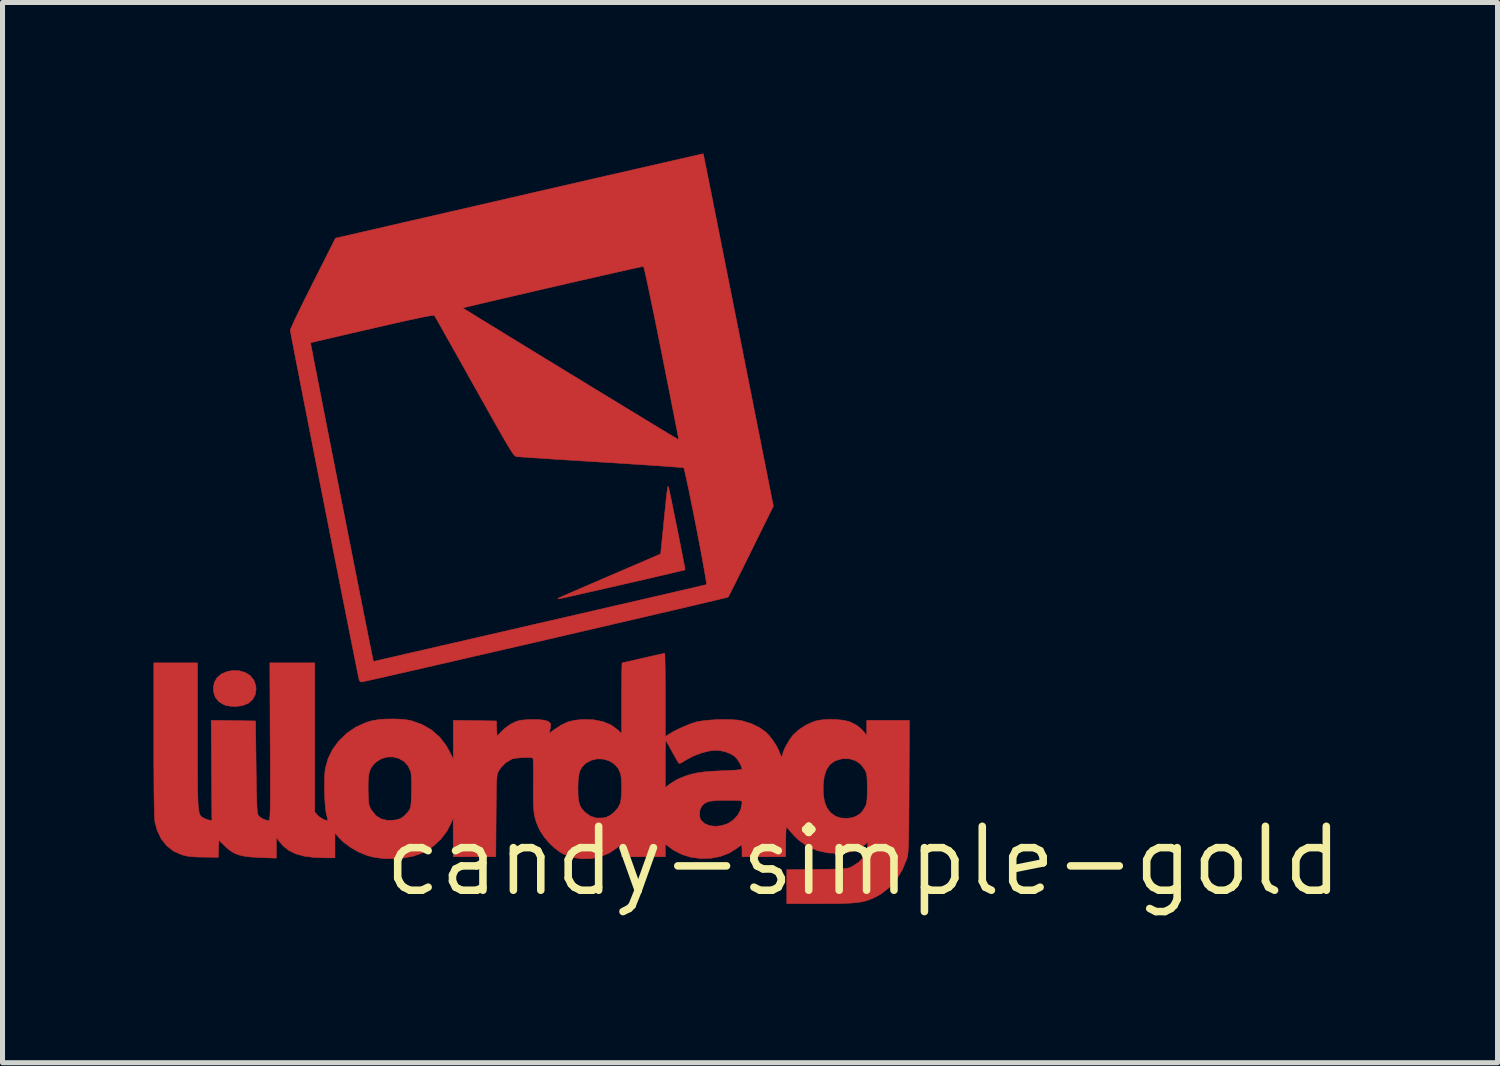
<source format=kicad_pcb>
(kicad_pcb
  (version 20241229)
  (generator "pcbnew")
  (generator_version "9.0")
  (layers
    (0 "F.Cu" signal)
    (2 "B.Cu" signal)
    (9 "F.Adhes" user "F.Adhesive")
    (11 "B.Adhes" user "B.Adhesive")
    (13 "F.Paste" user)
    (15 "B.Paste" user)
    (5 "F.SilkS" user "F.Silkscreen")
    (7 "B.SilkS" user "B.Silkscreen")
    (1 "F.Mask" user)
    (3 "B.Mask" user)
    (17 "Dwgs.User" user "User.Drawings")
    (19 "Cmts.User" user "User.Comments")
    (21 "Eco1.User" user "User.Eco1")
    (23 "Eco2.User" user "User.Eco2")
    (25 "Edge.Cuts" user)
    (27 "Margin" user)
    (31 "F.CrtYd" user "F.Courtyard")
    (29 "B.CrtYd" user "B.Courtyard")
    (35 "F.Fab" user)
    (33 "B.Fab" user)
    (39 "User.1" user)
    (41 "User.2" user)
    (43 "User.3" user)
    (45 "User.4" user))
  (footprint "candy-simple-gold"
    (layer "F.Cu")
    (at 14.102 14.053)
    (property "Reference" "candy-simple-gold" (at 0 0 0) (layer "F.SilkS") (effects (font (size 1.27 1.27) (thickness 0.15))))
    (attr through_hole)
    (fp_poly (pts (xy -12.405 -3.78) (xy -12.282 -3.746) (xy -12.183 -3.684) (xy -12.111 -3.596) (xy -12.072 -3.486) (xy -12.065 -3.412) (xy -12.084 -3.298) (xy -12.138 -3.204) (xy -12.223 -3.132) (xy -12.337 -3.087) (xy -12.475 -3.07) (xy -12.488 -3.07) (xy -12.573 -3.075) (xy -12.653 -3.089) (xy -12.699 -3.103) (xy -12.806 -3.167) (xy -12.875 -3.252) (xy -12.91 -3.36) (xy -12.915 -3.433) (xy -12.895 -3.548) (xy -12.839 -3.645) (xy -12.751 -3.718) (xy -12.634 -3.766) (xy -12.546 -3.782) (xy -12.405 -3.78)) (stroke (width 0.01) (type solid)) (fill yes) (layer "F.Cu"))
    (fp_poly (pts (xy -3.877 -7.44) (xy -3.871 -7.418) (xy -3.858 -7.36) (xy -3.839 -7.272) (xy -3.815 -7.158) (xy -3.788 -7.024) (xy -3.758 -6.876) (xy -3.726 -6.719) (xy -3.693 -6.559) (xy -3.662 -6.4) (xy -3.632 -6.248) (xy -3.604 -6.109) (xy -3.581 -5.988) (xy -3.562 -5.891) (xy -3.55 -5.822) (xy -3.544 -5.787) (xy -3.544 -5.784) (xy -3.565 -5.778) (xy -3.623 -5.764) (xy -3.714 -5.743) (xy -3.832 -5.715) (xy -3.975 -5.681) (xy -4.137 -5.644) (xy -4.315 -5.602) (xy -4.503 -5.559) (xy -4.698 -5.514) (xy -4.896 -5.469) (xy -5.091 -5.424) (xy -5.28 -5.381) (xy -5.458 -5.341) (xy -5.621 -5.304) (xy -5.764 -5.271) (xy -5.884 -5.245) (xy -5.976 -5.224) (xy -6.035 -5.212) (xy -6.057 -5.208) (xy -6.072 -5.213) (xy -6.054 -5.226) (xy -6.029 -5.238) (xy -5.968 -5.264) (xy -5.877 -5.304) (xy -5.758 -5.356) (xy -5.615 -5.418) (xy -5.452 -5.488) (xy -5.273 -5.565) (xy -5.082 -5.648) (xy -5.026 -5.672) (xy -4.03 -6.1) (xy -3.971 -6.685) (xy -3.951 -6.886) (xy -3.934 -7.049) (xy -3.921 -7.178) (xy -3.91 -7.275) (xy -3.901 -7.347) (xy -3.895 -7.395) (xy -3.889 -7.425) (xy -3.884 -7.439) (xy -3.88 -7.442) (xy -3.877 -7.44)) (stroke (width 0.01) (type solid)) (fill yes) (layer "F.Cu"))
    (fp_poly (pts (xy -3.179 -14.027) (xy -3.167 -13.967) (xy -3.147 -13.87) (xy -3.12 -13.737) (xy -3.087 -13.572) (xy -3.048 -13.375) (xy -3.003 -13.15) (xy -2.953 -12.899) (xy -2.898 -12.623) (xy -2.839 -12.325) (xy -2.776 -12.007) (xy -2.709 -11.671) (xy -2.639 -11.319) (xy -2.566 -10.953) (xy -2.491 -10.577) (xy -2.485 -10.546) (xy -1.791 -7.049) (xy -2.233 -6.154) (xy -2.322 -5.973) (xy -2.406 -5.804) (xy -2.483 -5.65) (xy -2.55 -5.515) (xy -2.606 -5.403) (xy -2.649 -5.318) (xy -2.677 -5.264) (xy -2.688 -5.244) (xy -2.71 -5.237) (xy -2.77 -5.222) (xy -2.866 -5.199) (xy -2.996 -5.168) (xy -3.157 -5.13) (xy -3.347 -5.085) (xy -3.563 -5.034) (xy -3.802 -4.978) (xy -4.062 -4.918) (xy -4.34 -4.853) (xy -4.634 -4.784) (xy -4.942 -4.713) (xy -5.26 -4.639) (xy -5.587 -4.563) (xy -5.919 -4.486) (xy -6.255 -4.408) (xy -6.59 -4.33) (xy -6.925 -4.253) (xy -7.254 -4.177) (xy -7.577 -4.103) (xy -7.889 -4.031) (xy -8.19 -3.961) (xy -8.477 -3.896) (xy -8.745 -3.834) (xy -8.995 -3.777) (xy -9.222 -3.725) (xy -9.424 -3.679) (xy -9.599 -3.639) (xy -9.744 -3.607) (xy -9.856 -3.582) (xy -9.933 -3.565) (xy -9.973 -3.557) (xy -9.978 -3.556) (xy -10.005 -3.574) (xy -10.019 -3.604) (xy -10.027 -3.642) (xy -10.043 -3.718) (xy -10.066 -3.829) (xy -10.095 -3.973) (xy -10.13 -4.147) (xy -10.17 -4.349) (xy -10.215 -4.575) (xy -10.264 -4.823) (xy -10.317 -5.091) (xy -10.374 -5.375) (xy -10.433 -5.674) (xy -10.494 -5.984) (xy -10.557 -6.303) (xy -10.621 -6.628) (xy -10.686 -6.956) (xy -10.751 -7.286) (xy -10.816 -7.614) (xy -10.88 -7.938) (xy -10.942 -8.254) (xy -11.002 -8.561) (xy -11.06 -8.856) (xy -11.115 -9.135) (xy -11.166 -9.397) (xy -11.213 -9.639) (xy -11.256 -9.858) (xy -11.293 -10.051) (xy -11.325 -10.216) (xy -11.34 -10.294) (xy -10.983 -10.294) (xy -10.98 -10.274) (xy -10.969 -10.214) (xy -10.95 -10.118) (xy -10.926 -9.99) (xy -10.895 -9.83) (xy -10.858 -9.643) (xy -10.817 -9.432) (xy -10.771 -9.197) (xy -10.722 -8.944) (xy -10.669 -8.674) (xy -10.613 -8.39) (xy -10.555 -8.095) (xy -10.495 -7.791) (xy -10.434 -7.482) (xy -10.373 -7.17) (xy -10.311 -6.858) (xy -10.25 -6.549) (xy -10.19 -6.245) (xy -10.132 -5.949) (xy -10.075 -5.664) (xy -10.022 -5.393) (xy -9.971 -5.139) (xy -9.925 -4.904) (xy -9.882 -4.691) (xy -9.844 -4.502) (xy -9.812 -4.342) (xy -9.786 -4.211) (xy -9.766 -4.114) (xy -9.755 -4.062) (xy -9.734 -3.964) (xy -9.614 -3.992) (xy -9.58 -4) (xy -9.507 -4.017) (xy -9.397 -4.042) (xy -9.253 -4.075) (xy -9.078 -4.116) (xy -8.872 -4.163) (xy -8.64 -4.216) (xy -8.383 -4.276) (xy -8.103 -4.34) (xy -7.803 -4.409) (xy -7.485 -4.483) (xy -7.151 -4.559) (xy -6.805 -4.639) (xy -6.447 -4.722) (xy -6.318 -4.751) (xy -5.959 -4.834) (xy -5.612 -4.914) (xy -5.277 -4.991) (xy -4.958 -5.065) (xy -4.657 -5.134) (xy -4.377 -5.199) (xy -4.118 -5.259) (xy -3.884 -5.313) (xy -3.677 -5.361) (xy -3.499 -5.402) (xy -3.353 -5.436) (xy -3.24 -5.463) (xy -3.163 -5.481) (xy -3.124 -5.49) (xy -3.12 -5.491) (xy -3.12 -5.513) (xy -3.127 -5.571) (xy -3.142 -5.662) (xy -3.162 -5.78) (xy -3.188 -5.922) (xy -3.217 -6.083) (xy -3.25 -6.257) (xy -3.285 -6.441) (xy -3.322 -6.631) (xy -3.359 -6.82) (xy -3.396 -7.006) (xy -3.432 -7.183) (xy -3.465 -7.347) (xy -3.496 -7.493) (xy -3.523 -7.617) (xy -3.545 -7.714) (xy -3.561 -7.78) (xy -3.571 -7.81) (xy -3.572 -7.811) (xy -3.595 -7.815) (xy -3.657 -7.82) (xy -3.755 -7.828) (xy -3.885 -7.838) (xy -4.045 -7.849) (xy -4.23 -7.862) (xy -4.438 -7.875) (xy -4.665 -7.89) (xy -4.909 -7.906) (xy -5.165 -7.922) (xy -5.207 -7.924) (xy -5.466 -7.94) (xy -5.715 -7.956) (xy -5.948 -7.97) (xy -6.164 -7.984) (xy -6.358 -7.997) (xy -6.528 -8.008) (xy -6.669 -8.017) (xy -6.778 -8.025) (xy -6.853 -8.03) (xy -6.889 -8.033) (xy -6.891 -8.034) (xy -6.904 -8.037) (xy -6.918 -8.045) (xy -6.934 -8.059) (xy -6.955 -8.083) (xy -6.98 -8.119) (xy -7.013 -8.169) (xy -7.054 -8.236) (xy -7.105 -8.322) (xy -7.168 -8.43) (xy -7.243 -8.562) (xy -7.333 -8.72) (xy -7.439 -8.908) (xy -7.562 -9.128) (xy -7.704 -9.381) (xy -7.727 -9.422) (xy -7.852 -9.645) (xy -7.971 -9.858) (xy -8.083 -10.057) (xy -8.186 -10.24) (xy -8.278 -10.403) (xy -8.357 -10.545) (xy -8.423 -10.661) (xy -8.473 -10.75) (xy -8.506 -10.807) (xy -8.52 -10.83) (xy -8.52 -10.83) (xy -8.53 -10.835) (xy -8.552 -10.837) (xy -8.59 -10.833) (xy -8.645 -10.825) (xy -8.722 -10.811) (xy -8.822 -10.79) (xy -8.949 -10.763) (xy -9.106 -10.729) (xy -9.296 -10.686) (xy -9.521 -10.635) (xy -9.758 -10.58) (xy -9.978 -10.53) (xy -10.186 -10.482) (xy -10.377 -10.437) (xy -10.549 -10.397) (xy -10.697 -10.363) (xy -10.818 -10.334) (xy -10.909 -10.313) (xy -10.965 -10.299) (xy -10.983 -10.294) (xy -11.34 -10.294) (xy -11.351 -10.351) (xy -11.37 -10.452) (xy -11.382 -10.517) (xy -11.387 -10.543) (xy -11.387 -10.543) (xy -11.377 -10.572) (xy -11.35 -10.634) (xy -11.308 -10.727) (xy -11.252 -10.845) (xy -11.184 -10.985) (xy -11.184 -10.986) (xy -7.958 -10.986) (xy -7.94 -10.974) (xy -7.889 -10.941) (xy -7.807 -10.891) (xy -7.697 -10.823) (xy -7.562 -10.739) (xy -7.404 -10.643) (xy -7.226 -10.534) (xy -7.032 -10.414) (xy -6.822 -10.286) (xy -6.601 -10.151) (xy -6.371 -10.01) (xy -6.135 -9.866) (xy -5.895 -9.719) (xy -5.654 -9.572) (xy -5.415 -9.426) (xy -5.18 -9.283) (xy -4.952 -9.145) (xy -4.735 -9.012) (xy -4.53 -8.888) (xy -4.341 -8.772) (xy -4.169 -8.668) (xy -4.018 -8.577) (xy -3.891 -8.5) (xy -3.79 -8.439) (xy -3.718 -8.396) (xy -3.677 -8.373) (xy -3.669 -8.368) (xy -3.673 -8.389) (xy -3.684 -8.448) (xy -3.702 -8.543) (xy -3.727 -8.67) (xy -3.758 -8.826) (xy -3.794 -9.008) (xy -3.834 -9.214) (xy -3.879 -9.44) (xy -3.927 -9.682) (xy -3.978 -9.939) (xy -4.008 -10.091) (xy -4.061 -10.354) (xy -4.111 -10.605) (xy -4.159 -10.841) (xy -4.204 -11.058) (xy -4.245 -11.254) (xy -4.281 -11.426) (xy -4.312 -11.569) (xy -4.337 -11.683) (xy -4.356 -11.762) (xy -4.368 -11.805) (xy -4.371 -11.812) (xy -4.396 -11.807) (xy -4.458 -11.794) (xy -4.553 -11.774) (xy -4.679 -11.746) (xy -4.831 -11.711) (xy -5.006 -11.672) (xy -5.2 -11.628) (xy -5.409 -11.58) (xy -5.631 -11.53) (xy -5.86 -11.477) (xy -6.094 -11.423) (xy -6.33 -11.369) (xy -6.563 -11.315) (xy -6.789 -11.262) (xy -7.006 -11.212) (xy -7.21 -11.165) (xy -7.396 -11.121) (xy -7.562 -11.082) (xy -7.704 -11.048) (xy -7.818 -11.021) (xy -7.9 -11.001) (xy -7.947 -10.989) (xy -7.958 -10.986) (xy -11.184 -10.986) (xy -11.107 -11.143) (xy -11.021 -11.314) (xy -10.937 -11.483) (xy -10.488 -12.372) (xy -6.837 -13.212) (xy -6.453 -13.301) (xy -6.079 -13.387) (xy -5.719 -13.469) (xy -5.374 -13.549) (xy -5.046 -13.624) (xy -4.738 -13.694) (xy -4.452 -13.76) (xy -4.189 -13.82) (xy -3.952 -13.874) (xy -3.743 -13.922) (xy -3.564 -13.963) (xy -3.417 -13.996) (xy -3.304 -14.022) (xy -3.227 -14.039) (xy -3.188 -14.047) (xy -3.183 -14.048) (xy -3.179 -14.027)) (stroke (width 0.01) (type solid)) (fill yes) (layer "F.Cu"))
    (fp_poly (pts (xy -3.947 -4.107) (xy -3.944 -4.049) (xy -3.942 -3.957) (xy -3.94 -3.837) (xy -3.939 -3.693) (xy -3.937 -3.529) (xy -3.937 -3.349) (xy -3.937 -3.3) (xy -3.937 -2.472) (xy -3.868 -2.518) (xy -3.779 -2.571) (xy -3.664 -2.629) (xy -3.539 -2.684) (xy -3.419 -2.732) (xy -3.323 -2.762) (xy -3.217 -2.783) (xy -3.084 -2.798) (xy -2.934 -2.808) (xy -2.779 -2.812) (xy -2.631 -2.809) (xy -2.502 -2.801) (xy -2.406 -2.785) (xy -2.224 -2.728) (xy -2.059 -2.646) (xy -1.943 -2.564) (xy -1.87 -2.488) (xy -1.795 -2.39) (xy -1.728 -2.286) (xy -1.68 -2.188) (xy -1.669 -2.155) (xy -1.647 -2.101) (xy -1.626 -2.076) (xy -1.612 -2.085) (xy -1.609 -2.113) (xy -1.597 -2.163) (xy -1.566 -2.236) (xy -1.522 -2.32) (xy -1.471 -2.405) (xy -1.419 -2.478) (xy -1.404 -2.497) (xy -1.289 -2.605) (xy -1.149 -2.698) (xy -0.998 -2.767) (xy -0.944 -2.784) (xy -0.828 -2.805) (xy -0.693 -2.814) (xy -0.551 -2.812) (xy -0.417 -2.799) (xy -0.302 -2.775) (xy -0.248 -2.756) (xy -0.129 -2.693) (xy -0.038 -2.618) (xy 0.014 -2.557) (xy 0.064 -2.489) (xy 0.064 -2.794) (xy 0.912 -2.794) (xy 0.905 -1.476) (xy 0.904 -1.205) (xy 0.902 -0.973) (xy 0.901 -0.776) (xy 0.899 -0.612) (xy 0.896 -0.476) (xy 0.894 -0.366) (xy 0.891 -0.278) (xy 0.887 -0.209) (xy 0.882 -0.155) (xy 0.877 -0.113) (xy 0.87 -0.08) (xy 0.863 -0.052) (xy 0.86 -0.042) (xy 0.77 0.174) (xy 0.653 0.364) (xy 0.511 0.525) (xy 0.347 0.653) (xy 0.252 0.707) (xy 0.175 0.743) (xy 0.103 0.772) (xy 0.029 0.795) (xy -0.051 0.813) (xy -0.144 0.826) (xy -0.255 0.835) (xy -0.389 0.841) (xy -0.551 0.845) (xy -0.748 0.846) (xy -0.863 0.846) (xy -1.524 0.847) (xy -1.524 0.171) (xy -0.926 0.165) (xy -0.75 0.163) (xy -0.612 0.161) (xy -0.505 0.158) (xy -0.424 0.155) (xy -0.364 0.149) (xy -0.319 0.143) (xy -0.284 0.134) (xy -0.254 0.122) (xy -0.232 0.111) (xy -0.098 0.026) (xy -0.000288 -0.08) (xy 0.06 -0.206) (xy 0.078 -0.287) (xy 0.091 -0.384) (xy 0.019 -0.319) (xy -0.099 -0.239) (xy -0.251 -0.184) (xy -0.436 -0.156) (xy -0.476 -0.154) (xy -0.703 -0.161) (xy -0.914 -0.207) (xy -1.107 -0.29) (xy -1.279 -0.409) (xy -1.369 -0.494) (xy -1.429 -0.56) (xy -1.48 -0.619) (xy -1.513 -0.66) (xy -1.517 -0.667) (xy -1.527 -0.676) (xy -1.535 -0.662) (xy -1.539 -0.621) (xy -1.542 -0.548) (xy -1.544 -0.438) (xy -1.544 -0.397) (xy -1.545 -0.085) (xy -2.413 -0.085) (xy -2.413 -0.201) (xy -2.415 -0.265) (xy -2.42 -0.307) (xy -2.425 -0.318) (xy -2.447 -0.305) (xy -2.49 -0.275) (xy -2.515 -0.255) (xy -2.669 -0.158) (xy -2.845 -0.091) (xy -3.035 -0.055) (xy -3.23 -0.05) (xy -3.424 -0.075) (xy -3.609 -0.131) (xy -3.776 -0.218) (xy -3.826 -0.254) (xy -3.937 -0.338) (xy -3.937 -0.085) (xy -4.805 -0.085) (xy -4.805 -0.342) (xy -4.894 -0.266) (xy -5.048 -0.161) (xy -5.221 -0.088) (xy -5.406 -0.049) (xy -5.595 -0.044) (xy -5.781 -0.073) (xy -5.956 -0.137) (xy -6.032 -0.18) (xy -6.138 -0.26) (xy -6.246 -0.364) (xy -6.343 -0.478) (xy -6.418 -0.591) (xy -6.434 -0.621) (xy -6.472 -0.704) (xy -6.502 -0.78) (xy -6.525 -0.856) (xy -6.541 -0.939) (xy -6.552 -1.035) (xy -6.557 -1.152) (xy -6.56 -1.296) (xy -6.559 -1.444) (xy -5.672 -1.444) (xy -5.67 -1.307) (xy -5.66 -1.202) (xy -5.64 -1.122) (xy -5.608 -1.057) (xy -5.56 -0.998) (xy -5.532 -0.97) (xy -5.423 -0.891) (xy -5.304 -0.854) (xy -5.172 -0.857) (xy -5.112 -0.87) (xy -5.026 -0.911) (xy -5.002 -0.931) (xy -3.259 -0.931) (xy -3.246 -0.848) (xy -3.227 -0.809) (xy -3.157 -0.745) (xy -3.061 -0.704) (xy -2.947 -0.69) (xy -2.824 -0.702) (xy -2.702 -0.741) (xy -2.695 -0.744) (xy -2.587 -0.815) (xy -2.499 -0.911) (xy -2.439 -1.023) (xy -2.414 -1.142) (xy -2.413 -1.159) (xy -2.414 -1.177) (xy -2.422 -1.19) (xy -2.444 -1.199) (xy -2.484 -1.204) (xy -2.551 -1.206) (xy -2.651 -1.206) (xy -2.721 -1.206) (xy -2.867 -1.205) (xy -2.979 -1.198) (xy -3.062 -1.186) (xy -3.124 -1.165) (xy -3.171 -1.135) (xy -3.21 -1.094) (xy -3.214 -1.09) (xy -3.248 -1.018) (xy -3.259 -0.931) (xy -5.002 -0.931) (xy -4.942 -0.98) (xy -4.873 -1.064) (xy -4.83 -1.149) (xy -4.829 -1.154) (xy -4.817 -1.224) (xy -4.809 -1.322) (xy -4.806 -1.435) (xy -4.807 -1.549) (xy -4.813 -1.652) (xy -4.824 -1.728) (xy -4.827 -1.74) (xy -4.877 -1.848) (xy -4.949 -1.925) (xy -3.937 -1.925) (xy -3.937 -1.459) (xy -3.87 -1.512) (xy -0.801 -1.512) (xy -0.799 -1.328) (xy -0.775 -1.178) (xy -0.728 -1.057) (xy -0.657 -0.963) (xy -0.559 -0.892) (xy -0.554 -0.889) (xy -0.457 -0.857) (xy -0.343 -0.847) (xy -0.231 -0.86) (xy -0.153 -0.887) (xy -0.076 -0.934) (xy -0.018 -0.994) (xy 0.034 -1.079) (xy 0.051 -1.118) (xy 0.062 -1.164) (xy 0.069 -1.227) (xy 0.073 -1.314) (xy 0.074 -1.436) (xy 0.074 -1.439) (xy 0.073 -1.558) (xy 0.07 -1.644) (xy 0.064 -1.706) (xy 0.053 -1.752) (xy 0.037 -1.793) (xy 0.026 -1.814) (xy -0.052 -1.92) (xy -0.155 -1.993) (xy -0.278 -2.031) (xy -0.415 -2.032) (xy -0.443 -2.028) (xy -0.566 -1.99) (xy -0.663 -1.922) (xy -0.733 -1.823) (xy -0.778 -1.692) (xy -0.8 -1.527) (xy -0.801 -1.512) (xy -3.87 -1.512) (xy -3.858 -1.522) (xy -3.792 -1.567) (xy -3.71 -1.615) (xy -3.66 -1.639) (xy -3.542 -1.688) (xy -3.423 -1.725) (xy -3.294 -1.753) (xy -3.146 -1.773) (xy -2.972 -1.786) (xy -2.81 -1.793) (xy -2.649 -1.799) (xy -2.53 -1.807) (xy -2.453 -1.815) (xy -2.417 -1.825) (xy -2.413 -1.829) (xy -2.427 -1.883) (xy -2.461 -1.952) (xy -2.507 -2.022) (xy -2.554 -2.076) (xy -2.559 -2.08) (xy -2.641 -2.13) (xy -2.746 -2.171) (xy -2.858 -2.196) (xy -2.924 -2.201) (xy -3.062 -2.187) (xy -3.217 -2.148) (xy -3.375 -2.088) (xy -3.521 -2.012) (xy -3.568 -1.982) (xy -3.619 -1.952) (xy -3.656 -1.938) (xy -3.665 -1.938) (xy -3.681 -1.96) (xy -3.712 -2.012) (xy -3.754 -2.085) (xy -3.8 -2.17) (xy -3.847 -2.256) (xy -3.887 -2.327) (xy -3.915 -2.374) (xy -3.928 -2.392) (xy -3.931 -2.372) (xy -3.933 -2.315) (xy -3.935 -2.228) (xy -3.936 -2.118) (xy -3.937 -1.988) (xy -3.937 -1.925) (xy -4.949 -1.925) (xy -4.956 -1.932) (xy -5.056 -1.992) (xy -5.17 -2.025) (xy -5.289 -2.03) (xy -5.406 -2.003) (xy -5.514 -1.944) (xy -5.543 -1.92) (xy -5.594 -1.863) (xy -5.631 -1.796) (xy -5.655 -1.712) (xy -5.668 -1.603) (xy -5.672 -1.461) (xy -5.672 -1.444) (xy -6.559 -1.444) (xy -6.559 -1.474) (xy -6.559 -1.518) (xy -6.558 -1.661) (xy -6.558 -1.79) (xy -6.559 -1.898) (xy -6.561 -1.981) (xy -6.563 -2.031) (xy -6.566 -2.043) (xy -6.597 -2.053) (xy -6.659 -2.057) (xy -6.738 -2.056) (xy -6.824 -2.051) (xy -6.905 -2.043) (xy -6.967 -2.031) (xy -6.988 -2.024) (xy -7.111 -1.95) (xy -7.21 -1.847) (xy -7.245 -1.791) (xy -7.257 -1.768) (xy -7.267 -1.743) (xy -7.275 -1.713) (xy -7.281 -1.674) (xy -7.286 -1.62) (xy -7.289 -1.547) (xy -7.292 -1.452) (xy -7.294 -1.329) (xy -7.296 -1.175) (xy -7.297 -0.984) (xy -7.298 -0.894) (xy -7.304 -0.085) (xy -8.149 -0.085) (xy -8.15 -0.471) (xy -8.151 -0.857) (xy -8.19 -0.757) (xy -8.277 -0.59) (xy -8.397 -0.434) (xy -8.544 -0.297) (xy -8.71 -0.188) (xy -8.768 -0.159) (xy -8.938 -0.099) (xy -9.134 -0.061) (xy -9.342 -0.045) (xy -9.551 -0.051) (xy -9.75 -0.081) (xy -9.873 -0.115) (xy -10.033 -0.182) (xy -10.188 -0.271) (xy -10.325 -0.373) (xy -10.413 -0.459) (xy -10.499 -0.556) (xy -10.499 -0.064) (xy -10.688 -0.064) (xy -10.918 -0.072) (xy -11.113 -0.098) (xy -11.276 -0.143) (xy -11.412 -0.209) (xy -11.523 -0.296) (xy -11.601 -0.386) (xy -11.663 -0.472) (xy -11.663 -0.058) (xy -11.975 -0.069) (xy -12.148 -0.079) (xy -12.287 -0.094) (xy -12.4 -0.119) (xy -12.494 -0.155) (xy -12.577 -0.205) (xy -12.658 -0.271) (xy -12.682 -0.295) (xy -12.804 -0.413) (xy -12.81 -0.244) (xy -12.816 -0.074) (xy -13.111 -0.078) (xy -13.244 -0.081) (xy -13.345 -0.087) (xy -13.427 -0.097) (xy -13.499 -0.113) (xy -13.552 -0.129) (xy -13.709 -0.2) (xy -13.842 -0.306) (xy -13.95 -0.442) (xy -14.029 -0.607) (xy -14.074 -0.772) (xy -14.079 -0.823) (xy -14.084 -0.917) (xy -14.088 -1.053) (xy -14.091 -1.23) (xy -14.094 -1.45) (xy -14.095 -1.71) (xy -14.097 -2.013) (xy -14.097 -2.356) (xy -14.097 -2.417) (xy -14.097 -3.937) (xy -13.229 -3.937) (xy -13.229 -2.486) (xy -13.229 -2.193) (xy -13.229 -1.938) (xy -13.228 -1.721) (xy -13.227 -1.536) (xy -13.225 -1.382) (xy -13.222 -1.255) (xy -13.218 -1.153) (xy -13.212 -1.073) (xy -13.205 -1.01) (xy -13.196 -0.964) (xy -13.185 -0.93) (xy -13.172 -0.905) (xy -13.157 -0.887) (xy -13.139 -0.873) (xy -13.12 -0.861) (xy -13.061 -0.833) (xy -13.007 -0.816) (xy -12.943 -0.803) (xy -12.957 -2.795) (xy -12.516 -2.789) (xy -12.076 -2.783) (xy -12.065 -1.873) (xy -12.062 -1.639) (xy -12.059 -1.445) (xy -12.055 -1.286) (xy -12.051 -1.16) (xy -12.047 -1.063) (xy -12.042 -0.993) (xy -12.035 -0.946) (xy -12.028 -0.918) (xy -12.026 -0.914) (xy -11.983 -0.869) (xy -11.917 -0.831) (xy -11.846 -0.807) (xy -11.817 -0.804) (xy -11.81 -0.806) (xy -11.804 -0.813) (xy -11.799 -0.827) (xy -11.794 -0.853) (xy -11.791 -0.892) (xy -11.788 -0.947) (xy -11.786 -1.021) (xy -11.784 -1.118) (xy -11.783 -1.24) (xy -11.783 -1.389) (xy -11.783 -1.569) (xy -11.783 -1.782) (xy -11.784 -2.031) (xy -11.785 -2.32) (xy -11.786 -2.371) (xy -11.792 -3.937) (xy -10.901 -3.937) (xy -10.901 -0.979) (xy -10.855 -0.921) (xy -10.806 -0.876) (xy -10.741 -0.835) (xy -10.677 -0.809) (xy -10.65 -0.804) (xy -10.644 -0.822) (xy -10.652 -0.868) (xy -10.662 -0.905) (xy -10.677 -0.975) (xy -10.69 -1.078) (xy -10.699 -1.203) (xy -10.705 -1.342) (xy -10.708 -1.484) (xy -10.708 -1.488) (xy -9.84 -1.488) (xy -9.839 -1.387) (xy -9.836 -1.272) (xy -9.831 -1.19) (xy -9.824 -1.132) (xy -9.812 -1.088) (xy -9.794 -1.048) (xy -9.768 -1.005) (xy -9.687 -0.904) (xy -9.588 -0.84) (xy -9.469 -0.81) (xy -9.375 -0.809) (xy -9.276 -0.819) (xy -9.203 -0.842) (xy -9.161 -0.866) (xy -9.098 -0.919) (xy -9.042 -0.983) (xy -9.036 -0.991) (xy -9.016 -1.023) (xy -9.002 -1.056) (xy -8.993 -1.098) (xy -8.986 -1.158) (xy -8.982 -1.243) (xy -8.979 -1.361) (xy -8.978 -1.385) (xy -8.977 -1.523) (xy -8.98 -1.641) (xy -8.986 -1.73) (xy -8.995 -1.782) (xy -9.048 -1.894) (xy -9.128 -1.98) (xy -9.228 -2.038) (xy -9.34 -2.068) (xy -9.458 -2.067) (xy -9.573 -2.035) (xy -9.679 -1.969) (xy -9.731 -1.919) (xy -9.775 -1.861) (xy -9.806 -1.796) (xy -9.827 -1.718) (xy -9.837 -1.618) (xy -9.84 -1.488) (xy -10.708 -1.488) (xy -10.706 -1.619) (xy -10.701 -1.739) (xy -10.691 -1.832) (xy -10.69 -1.837) (xy -10.636 -2.034) (xy -10.545 -2.219) (xy -10.42 -2.387) (xy -10.268 -2.534) (xy -10.092 -2.656) (xy -9.896 -2.747) (xy -9.766 -2.787) (xy -9.645 -2.808) (xy -9.498 -2.82) (xy -9.341 -2.823) (xy -9.187 -2.817) (xy -9.05 -2.802) (xy -8.975 -2.786) (xy -8.766 -2.711) (xy -8.58 -2.603) (xy -8.419 -2.462) (xy -8.289 -2.293) (xy -8.234 -2.196) (xy -8.149 -2.027) (xy -8.149 -2.795) (xy -7.292 -2.783) (xy -7.286 -2.631) (xy -7.28 -2.479) (xy -7.191 -2.575) (xy -7.122 -2.638) (xy -7.036 -2.701) (xy -6.975 -2.737) (xy -6.912 -2.767) (xy -6.855 -2.787) (xy -6.793 -2.799) (xy -6.712 -2.806) (xy -6.625 -2.81) (xy -6.464 -2.81) (xy -6.343 -2.798) (xy -6.262 -2.774) (xy -6.22 -2.737) (xy -6.213 -2.708) (xy -6.22 -2.648) (xy -6.23 -2.596) (xy -6.246 -2.535) (xy -6.142 -2.612) (xy -6.007 -2.7) (xy -5.881 -2.76) (xy -5.748 -2.795) (xy -5.592 -2.811) (xy -5.572 -2.812) (xy -5.358 -2.806) (xy -5.173 -2.769) (xy -5.014 -2.703) (xy -4.881 -2.605) (xy -4.874 -2.598) (xy -4.805 -2.532) (xy -4.805 -3.234) (xy -4.805 -3.402) (xy -4.804 -3.555) (xy -4.803 -3.689) (xy -4.801 -3.799) (xy -4.799 -3.88) (xy -4.797 -3.927) (xy -4.796 -3.937) (xy -4.773 -3.942) (xy -4.716 -3.954) (xy -4.63 -3.974) (xy -4.522 -3.998) (xy -4.398 -4.027) (xy -4.374 -4.032) (xy -4.248 -4.061) (xy -4.136 -4.087) (xy -4.045 -4.107) (xy -3.981 -4.121) (xy -3.951 -4.127) (xy -3.949 -4.128) (xy -3.947 -4.107)) (stroke (width 0.01) (type solid)) (fill yes) (layer "F.Cu"))
    (fp_poly (pts (xy -12.462 -3.785) (xy -12.318 -3.76) (xy -12.205 -3.709) (xy -12.123 -3.633) (xy -12.075 -3.533) (xy -12.062 -3.434) (xy -12.078 -3.31) (xy -12.129 -3.21) (xy -12.212 -3.136) (xy -12.326 -3.089) (xy -12.469 -3.07) (xy -12.495 -3.069) (xy -12.599 -3.076) (xy -12.683 -3.099) (xy -12.723 -3.118) (xy -12.823 -3.19) (xy -12.886 -3.279) (xy -12.911 -3.388) (xy -12.912 -3.413) (xy -12.893 -3.535) (xy -12.84 -3.637) (xy -12.756 -3.715) (xy -12.646 -3.766) (xy -12.515 -3.786) (xy -12.462 -3.785)) (stroke (width 0.01) (type solid)) (fill yes) (layer "F.Mask"))
    (fp_poly (pts (xy -3.871 -7.44) (xy -3.866 -7.429) (xy -3.859 -7.401) (xy -3.846 -7.338) (xy -3.826 -7.246) (xy -3.802 -7.128) (xy -3.775 -6.993) (xy -3.744 -6.843) (xy -3.713 -6.686) (xy -3.681 -6.526) (xy -3.65 -6.369) (xy -3.621 -6.22) (xy -3.595 -6.084) (xy -3.573 -5.968) (xy -3.555 -5.876) (xy -3.544 -5.814) (xy -3.54 -5.788) (xy -3.54 -5.787) (xy -3.562 -5.781) (xy -3.62 -5.767) (xy -3.71 -5.745) (xy -3.829 -5.717) (xy -3.972 -5.684) (xy -4.135 -5.646) (xy -4.313 -5.605) (xy -4.501 -5.561) (xy -4.697 -5.516) (xy -4.894 -5.471) (xy -5.09 -5.426) (xy -5.279 -5.382) (xy -5.457 -5.342) (xy -5.621 -5.304) (xy -5.764 -5.272) (xy -5.885 -5.245) (xy -5.977 -5.224) (xy -6.036 -5.211) (xy -6.059 -5.207) (xy -6.075 -5.213) (xy -6.073 -5.216) (xy -6.052 -5.226) (xy -5.996 -5.251) (xy -5.909 -5.289) (xy -5.793 -5.34) (xy -5.654 -5.401) (xy -5.493 -5.47) (xy -5.316 -5.547) (xy -5.125 -5.629) (xy -5.048 -5.662) (xy -4.853 -5.746) (xy -4.671 -5.825) (xy -4.504 -5.897) (xy -4.356 -5.961) (xy -4.232 -6.015) (xy -4.134 -6.057) (xy -4.066 -6.087) (xy -4.032 -6.102) (xy -4.029 -6.103) (xy -4.026 -6.124) (xy -4.02 -6.182) (xy -4.01 -6.272) (xy -3.998 -6.389) (xy -3.983 -6.528) (xy -3.967 -6.683) (xy -3.959 -6.763) (xy -3.939 -6.955) (xy -3.924 -7.11) (xy -3.911 -7.229) (xy -3.901 -7.319) (xy -3.893 -7.381) (xy -3.886 -7.42) (xy -3.881 -7.441) (xy -3.876 -7.446) (xy -3.871 -7.44)) (stroke (width 0.01) (type solid)) (fill yes) (layer "F.Mask"))
    (fp_poly (pts (xy -3.176 -14.025) (xy -3.164 -13.965) (xy -3.144 -13.867) (xy -3.117 -13.734) (xy -3.083 -13.568) (xy -3.044 -13.372) (xy -2.999 -13.147) (xy -2.948 -12.895) (xy -2.893 -12.62) (xy -2.834 -12.322) (xy -2.771 -12.004) (xy -2.704 -11.668) (xy -2.634 -11.317) (xy -2.561 -10.952) (xy -2.487 -10.576) (xy -2.486 -10.57) (xy -2.411 -10.194) (xy -2.339 -9.828) (xy -2.269 -9.476) (xy -2.202 -9.139) (xy -2.138 -8.82) (xy -2.079 -8.521) (xy -2.024 -8.244) (xy -1.973 -7.991) (xy -1.928 -7.764) (xy -1.888 -7.566) (xy -1.855 -7.398) (xy -1.828 -7.263) (xy -1.807 -7.163) (xy -1.795 -7.101) (xy -1.79 -7.078) (xy -1.79 -7.078) (xy -1.797 -7.055) (xy -1.822 -7) (xy -1.86 -6.916) (xy -1.911 -6.808) (xy -1.973 -6.679) (xy -2.042 -6.536) (xy -2.116 -6.382) (xy -2.195 -6.221) (xy -2.274 -6.059) (xy -2.353 -5.899) (xy -2.428 -5.746) (xy -2.499 -5.604) (xy -2.562 -5.479) (xy -2.615 -5.375) (xy -2.656 -5.295) (xy -2.684 -5.245) (xy -2.695 -5.228) (xy -2.716 -5.223) (xy -2.776 -5.21) (xy -2.874 -5.188) (xy -3.006 -5.157) (xy -3.171 -5.119) (xy -3.367 -5.074) (xy -3.592 -5.023) (xy -3.843 -4.965) (xy -4.119 -4.901) (xy -4.417 -4.833) (xy -4.735 -4.759) (xy -5.071 -4.682) (xy -5.423 -4.601) (xy -5.79 -4.516) (xy -6.168 -4.429) (xy -6.289 -4.401) (xy -6.671 -4.313) (xy -7.043 -4.227) (xy -7.402 -4.145) (xy -7.746 -4.065) (xy -8.073 -3.99) (xy -8.381 -3.919) (xy -8.668 -3.853) (xy -8.931 -3.793) (xy -9.168 -3.739) (xy -9.378 -3.69) (xy -9.558 -3.649) (xy -9.706 -3.616) (xy -9.819 -3.59) (xy -9.897 -3.572) (xy -9.936 -3.564) (xy -9.939 -3.563) (xy -10.004 -3.552) (xy -10.422 -5.655) (xy -10.487 -5.986) (xy -10.556 -6.333) (xy -10.627 -6.69) (xy -10.699 -7.051) (xy -10.77 -7.411) (xy -10.84 -7.763) (xy -10.908 -8.101) (xy -10.971 -8.42) (xy -11.03 -8.714) (xy -11.082 -8.977) (xy -11.118 -9.159) (xy -11.345 -10.297) (xy -10.981 -10.297) (xy -10.978 -10.276) (xy -10.967 -10.216) (xy -10.948 -10.119) (xy -10.923 -9.987) (xy -10.891 -9.822) (xy -10.853 -9.628) (xy -10.809 -9.405) (xy -10.76 -9.157) (xy -10.707 -8.885) (xy -10.649 -8.592) (xy -10.587 -8.281) (xy -10.522 -7.952) (xy -10.454 -7.61) (xy -10.384 -7.255) (xy -10.362 -7.144) (xy -10.291 -6.786) (xy -10.222 -6.439) (xy -10.156 -6.105) (xy -10.093 -5.787) (xy -10.034 -5.488) (xy -9.978 -5.209) (xy -9.928 -4.953) (xy -9.882 -4.721) (xy -9.842 -4.517) (xy -9.807 -4.342) (xy -9.779 -4.199) (xy -9.758 -4.09) (xy -9.743 -4.017) (xy -9.737 -3.983) (xy -9.737 -3.981) (xy -9.716 -3.984) (xy -9.657 -3.996) (xy -9.561 -4.017) (xy -9.43 -4.045) (xy -9.266 -4.082) (xy -9.073 -4.125) (xy -8.851 -4.175) (xy -8.603 -4.231) (xy -8.331 -4.293) (xy -8.037 -4.36) (xy -7.724 -4.431) (xy -7.394 -4.507) (xy -7.049 -4.586) (xy -6.69 -4.668) (xy -6.419 -4.731) (xy -5.986 -4.831) (xy -5.593 -4.921) (xy -5.237 -5.004) (xy -4.916 -5.078) (xy -4.63 -5.144) (xy -4.375 -5.203) (xy -4.151 -5.255) (xy -3.954 -5.302) (xy -3.784 -5.342) (xy -3.638 -5.377) (xy -3.514 -5.407) (xy -3.412 -5.433) (xy -3.328 -5.454) (xy -3.261 -5.473) (xy -3.208 -5.488) (xy -3.169 -5.5) (xy -3.142 -5.511) (xy -3.123 -5.52) (xy -3.113 -5.527) (xy -3.107 -5.534) (xy -3.106 -5.541) (xy -3.106 -5.547) (xy -3.111 -5.578) (xy -3.124 -5.645) (xy -3.143 -5.743) (xy -3.167 -5.867) (xy -3.195 -6.013) (xy -3.228 -6.177) (xy -3.263 -6.354) (xy -3.299 -6.538) (xy -3.337 -6.726) (xy -3.374 -6.913) (xy -3.411 -7.095) (xy -3.445 -7.266) (xy -3.477 -7.422) (xy -3.505 -7.559) (xy -3.528 -7.672) (xy -3.546 -7.756) (xy -3.557 -7.807) (xy -3.561 -7.821) (xy -3.582 -7.823) (xy -3.643 -7.827) (xy -3.739 -7.834) (xy -3.868 -7.843) (xy -4.027 -7.853) (xy -4.212 -7.865) (xy -4.421 -7.879) (xy -4.649 -7.894) (xy -4.894 -7.909) (xy -5.153 -7.926) (xy -5.256 -7.932) (xy -5.519 -7.949) (xy -5.77 -7.965) (xy -6.005 -7.98) (xy -6.222 -7.995) (xy -6.416 -8.008) (xy -6.586 -8.019) (xy -6.727 -8.029) (xy -6.836 -8.037) (xy -6.911 -8.043) (xy -6.948 -8.046) (xy -6.951 -8.047) (xy -6.962 -8.066) (xy -6.992 -8.119) (xy -7.04 -8.204) (xy -7.103 -8.317) (xy -7.18 -8.455) (xy -7.27 -8.616) (xy -7.371 -8.797) (xy -7.482 -8.995) (xy -7.6 -9.206) (xy -7.725 -9.429) (xy -7.737 -9.451) (xy -7.862 -9.675) (xy -7.981 -9.888) (xy -8.092 -10.087) (xy -8.194 -10.27) (xy -8.285 -10.433) (xy -8.364 -10.573) (xy -8.429 -10.689) (xy -8.478 -10.777) (xy -8.509 -10.833) (xy -8.522 -10.856) (xy -8.523 -10.856) (xy -8.543 -10.853) (xy -8.601 -10.841) (xy -8.691 -10.821) (xy -8.809 -10.795) (xy -8.951 -10.764) (xy -9.113 -10.727) (xy -9.289 -10.688) (xy -9.476 -10.646) (xy -9.669 -10.602) (xy -9.864 -10.557) (xy -10.057 -10.513) (xy -10.242 -10.471) (xy -10.417 -10.431) (xy -10.575 -10.394) (xy -10.714 -10.362) (xy -10.828 -10.335) (xy -10.914 -10.315) (xy -10.966 -10.302) (xy -10.981 -10.297) (xy -11.345 -10.297) (xy -11.398 -10.561) (xy -11.187 -10.982) (xy -7.942 -10.982) (xy -7.921 -10.968) (xy -7.867 -10.934) (xy -7.783 -10.882) (xy -7.67 -10.812) (xy -7.533 -10.728) (xy -7.373 -10.629) (xy -7.193 -10.519) (xy -6.997 -10.399) (xy -6.786 -10.27) (xy -6.564 -10.135) (xy -6.333 -9.994) (xy -6.096 -9.849) (xy -5.856 -9.703) (xy -5.615 -9.557) (xy -5.377 -9.411) (xy -5.143 -9.269) (xy -4.918 -9.132) (xy -4.702 -9.001) (xy -4.5 -8.878) (xy -4.313 -8.765) (xy -4.145 -8.664) (xy -3.998 -8.575) (xy -3.876 -8.501) (xy -3.78 -8.444) (xy -3.714 -8.404) (xy -3.68 -8.385) (xy -3.675 -8.383) (xy -3.665 -8.397) (xy -3.667 -8.408) (xy -3.673 -8.433) (xy -3.686 -8.496) (xy -3.706 -8.594) (xy -3.732 -8.724) (xy -3.764 -8.883) (xy -3.801 -9.068) (xy -3.843 -9.276) (xy -3.888 -9.503) (xy -3.936 -9.747) (xy -3.987 -10.004) (xy -4.013 -10.134) (xy -4.071 -10.425) (xy -4.125 -10.695) (xy -4.175 -10.941) (xy -4.221 -11.163) (xy -4.261 -11.356) (xy -4.296 -11.519) (xy -4.325 -11.65) (xy -4.347 -11.746) (xy -4.363 -11.805) (xy -4.371 -11.825) (xy -4.371 -11.825) (xy -4.394 -11.819) (xy -4.456 -11.805) (xy -4.553 -11.782) (xy -4.682 -11.752) (xy -4.84 -11.715) (xy -5.024 -11.672) (xy -5.232 -11.624) (xy -5.46 -11.572) (xy -5.704 -11.515) (xy -5.963 -11.456) (xy -6.175 -11.407) (xy -6.442 -11.346) (xy -6.696 -11.286) (xy -6.935 -11.23) (xy -7.156 -11.178) (xy -7.355 -11.131) (xy -7.531 -11.089) (xy -7.679 -11.052) (xy -7.797 -11.023) (xy -7.882 -11.001) (xy -7.931 -10.987) (xy -7.942 -10.982) (xy -11.187 -10.982) (xy -10.946 -11.466) (xy -10.494 -12.372) (xy -6.841 -13.213) (xy -6.456 -13.302) (xy -6.082 -13.388) (xy -5.722 -13.47) (xy -5.377 -13.55) (xy -5.049 -13.625) (xy -4.741 -13.695) (xy -4.454 -13.761) (xy -4.191 -13.821) (xy -3.953 -13.875) (xy -3.744 -13.922) (xy -3.564 -13.963) (xy -3.416 -13.996) (xy -3.303 -14.021) (xy -3.225 -14.038) (xy -3.186 -14.046) (xy -3.181 -14.047) (xy -3.176 -14.025)) (stroke (width 0.01) (type solid)) (fill yes) (layer "F.Mask"))
    (fp_poly (pts (xy -3.951 -4.107) (xy -3.948 -4.049) (xy -3.944 -3.957) (xy -3.941 -3.836) (xy -3.939 -3.69) (xy -3.938 -3.525) (xy -3.937 -3.343) (xy -3.937 -3.299) (xy -3.937 -2.471) (xy -3.889 -2.506) (xy -3.808 -2.557) (xy -3.7 -2.614) (xy -3.58 -2.669) (xy -3.463 -2.718) (xy -3.362 -2.751) (xy -3.362 -2.751) (xy -3.171 -2.792) (xy -2.962 -2.816) (xy -2.749 -2.822) (xy -2.543 -2.81) (xy -2.36 -2.781) (xy -2.324 -2.772) (xy -2.146 -2.703) (xy -1.985 -2.598) (xy -1.844 -2.46) (xy -1.728 -2.292) (xy -1.65 -2.127) (xy -1.626 -2.064) (xy -1.576 -2.196) (xy -1.495 -2.367) (xy -1.39 -2.508) (xy -1.274 -2.615) (xy -1.133 -2.708) (xy -0.977 -2.772) (xy -0.796 -2.813) (xy -0.773 -2.816) (xy -0.603 -2.825) (xy -0.436 -2.807) (xy -0.279 -2.764) (xy -0.14 -2.699) (xy -0.029 -2.615) (xy 0.016 -2.565) (xy 0.085 -2.473) (xy 0.085 -2.794) (xy 0.912 -2.794) (xy 0.906 -1.466) (xy 0.899 -0.138) (xy 0.842 0.021) (xy 0.743 0.235) (xy 0.614 0.42) (xy 0.456 0.575) (xy 0.269 0.699) (xy 0.064 0.787) (xy 0.023 0.8) (xy -0.017 0.81) (xy -0.062 0.818) (xy -0.118 0.825) (xy -0.19 0.83) (xy -0.282 0.833) (xy -0.4 0.836) (xy -0.549 0.839) (xy -0.734 0.841) (xy -0.783 0.842) (xy -0.953 0.843) (xy -1.108 0.844) (xy -1.246 0.843) (xy -1.359 0.842) (xy -1.444 0.84) (xy -1.495 0.837) (xy -1.508 0.834) (xy -1.514 0.809) (xy -1.518 0.748) (xy -1.522 0.661) (xy -1.524 0.555) (xy -1.524 0.494) (xy -1.524 0.169) (xy -0.966 0.169) (xy -0.778 0.169) (xy -0.626 0.167) (xy -0.505 0.162) (xy -0.409 0.154) (xy -0.332 0.143) (xy -0.27 0.126) (xy -0.216 0.103) (xy -0.165 0.074) (xy -0.121 0.046) (xy -0.043 -0.026) (xy 0.022 -0.118) (xy 0.068 -0.218) (xy 0.085 -0.31) (xy 0.085 -0.379) (xy 0.016 -0.316) (xy -0.095 -0.241) (xy -0.234 -0.189) (xy -0.393 -0.16) (xy -0.565 -0.154) (xy -0.742 -0.172) (xy -0.916 -0.213) (xy -1.072 -0.275) (xy -1.217 -0.364) (xy -1.352 -0.477) (xy -1.462 -0.603) (xy -1.48 -0.628) (xy -1.545 -0.727) (xy -1.545 -0.085) (xy -2.413 -0.085) (xy -2.413 -0.201) (xy -2.415 -0.265) (xy -2.419 -0.307) (xy -2.423 -0.318) (xy -2.445 -0.306) (xy -2.488 -0.275) (xy -2.529 -0.245) (xy -2.67 -0.16) (xy -2.846 -0.096) (xy -3.007 -0.06) (xy -3.187 -0.048) (xy -3.372 -0.067) (xy -3.551 -0.115) (xy -3.713 -0.189) (xy -3.849 -0.286) (xy -3.85 -0.286) (xy -3.937 -0.365) (xy -3.937 -0.085) (xy -4.805 -0.085) (xy -4.805 -0.342) (xy -4.893 -0.266) (xy -5.05 -0.159) (xy -5.225 -0.086) (xy -5.412 -0.049) (xy -5.604 -0.046) (xy -5.794 -0.081) (xy -5.974 -0.152) (xy -5.989 -0.16) (xy -6.091 -0.23) (xy -6.199 -0.328) (xy -6.302 -0.442) (xy -6.39 -0.563) (xy -6.446 -0.66) (xy -6.484 -0.747) (xy -6.513 -0.835) (xy -6.534 -0.93) (xy -6.549 -1.04) (xy -6.557 -1.17) (xy -6.559 -1.329) (xy -6.559 -1.359) (xy -5.671 -1.359) (xy -5.664 -1.246) (xy -5.647 -1.158) (xy -5.617 -1.087) (xy -5.573 -1.024) (xy -5.537 -0.985) (xy -5.428 -0.904) (xy -5.307 -0.861) (xy -5.18 -0.858) (xy -5.051 -0.896) (xy -5.006 -0.92) (xy -3.257 -0.92) (xy -3.23 -0.834) (xy -3.174 -0.763) (xy -3.128 -0.734) (xy -3.048 -0.71) (xy -2.944 -0.7) (xy -2.835 -0.706) (xy -2.749 -0.723) (xy -2.639 -0.775) (xy -2.544 -0.857) (xy -2.469 -0.959) (xy -2.424 -1.071) (xy -2.413 -1.151) (xy -2.413 -1.234) (xy -2.715 -1.223) (xy -2.865 -1.215) (xy -2.98 -1.204) (xy -3.066 -1.186) (xy -3.131 -1.161) (xy -3.18 -1.127) (xy -3.214 -1.09) (xy -3.253 -1.009) (xy -3.257 -0.92) (xy -5.006 -0.92) (xy -5.004 -0.921) (xy -4.927 -0.982) (xy -4.867 -1.069) (xy -4.86 -1.083) (xy -4.836 -1.134) (xy -4.82 -1.182) (xy -4.811 -1.236) (xy -4.806 -1.308) (xy -4.805 -1.408) (xy -4.805 -1.45) (xy -4.805 -1.456) (xy -0.783 -1.456) (xy -0.781 -1.313) (xy -0.772 -1.203) (xy -0.754 -1.119) (xy -0.727 -1.052) (xy -0.687 -0.995) (xy -0.671 -0.976) (xy -0.58 -0.907) (xy -0.467 -0.864) (xy -0.343 -0.849) (xy -0.219 -0.865) (xy -0.156 -0.887) (xy -0.066 -0.943) (xy 0.001 -1.019) (xy 0.048 -1.121) (xy 0.075 -1.253) (xy 0.084 -1.419) (xy 0.085 -1.441) (xy 0.077 -1.606) (xy 0.055 -1.736) (xy 0.016 -1.837) (xy -0.042 -1.914) (xy -0.047 -1.919) (xy -0.126 -1.985) (xy -0.202 -2.022) (xy -0.291 -2.038) (xy -0.353 -2.04) (xy -0.488 -2.021) (xy -0.604 -1.968) (xy -0.696 -1.881) (xy -0.734 -1.822) (xy -0.755 -1.779) (xy -0.769 -1.736) (xy -0.777 -1.683) (xy -0.782 -1.61) (xy -0.783 -1.509) (xy -0.783 -1.456) (xy -4.805 -1.456) (xy -4.805 -1.459) (xy -3.937 -1.459) (xy -3.858 -1.522) (xy -3.796 -1.564) (xy -3.714 -1.611) (xy -3.635 -1.65) (xy -3.535 -1.693) (xy -3.439 -1.726) (xy -3.339 -1.75) (xy -3.227 -1.768) (xy -3.095 -1.78) (xy -2.934 -1.789) (xy -2.82 -1.793) (xy -2.672 -1.798) (xy -2.562 -1.803) (xy -2.486 -1.81) (xy -2.438 -1.817) (xy -2.416 -1.826) (xy -2.413 -1.832) (xy -2.43 -1.905) (xy -2.477 -1.989) (xy -2.536 -2.059) (xy -2.641 -2.138) (xy -2.769 -2.185) (xy -2.917 -2.201) (xy -3.078 -2.185) (xy -3.251 -2.139) (xy -3.429 -2.063) (xy -3.591 -1.969) (xy -3.658 -1.925) (xy -3.797 -2.174) (xy -3.936 -2.424) (xy -3.937 -1.941) (xy -3.937 -1.459) (xy -4.805 -1.459) (xy -4.806 -1.562) (xy -4.809 -1.643) (xy -4.817 -1.702) (xy -4.83 -1.75) (xy -4.851 -1.798) (xy -4.857 -1.811) (xy -4.921 -1.91) (xy -5.001 -1.976) (xy -5.103 -2.014) (xy -5.216 -2.027) (xy -5.346 -2.021) (xy -5.45 -1.986) (xy -5.538 -1.918) (xy -5.598 -1.845) (xy -5.625 -1.803) (xy -5.644 -1.765) (xy -5.656 -1.721) (xy -5.663 -1.66) (xy -5.667 -1.573) (xy -5.669 -1.506) (xy -5.671 -1.359) (xy -6.559 -1.359) (xy -6.558 -1.522) (xy -6.557 -1.54) (xy -6.554 -1.673) (xy -6.551 -1.793) (xy -6.547 -1.894) (xy -6.544 -1.967) (xy -6.54 -2.006) (xy -6.539 -2.01) (xy -6.545 -2.029) (xy -6.58 -2.045) (xy -6.651 -2.058) (xy -6.653 -2.059) (xy -6.808 -2.064) (xy -6.951 -2.035) (xy -7.076 -1.975) (xy -7.176 -1.886) (xy -7.234 -1.8) (xy -7.246 -1.775) (xy -7.256 -1.75) (xy -7.264 -1.72) (xy -7.27 -1.681) (xy -7.274 -1.629) (xy -7.277 -1.559) (xy -7.279 -1.467) (xy -7.281 -1.349) (xy -7.281 -1.199) (xy -7.281 -1.013) (xy -7.281 -0.895) (xy -7.281 -0.085) (xy -8.149 -0.085) (xy -8.149 -0.831) (xy -8.226 -0.677) (xy -8.338 -0.501) (xy -8.481 -0.347) (xy -8.651 -0.222) (xy -8.841 -0.129) (xy -8.943 -0.097) (xy -9.08 -0.07) (xy -9.24 -0.053) (xy -9.406 -0.047) (xy -9.559 -0.053) (xy -9.627 -0.061) (xy -9.853 -0.113) (xy -10.052 -0.193) (xy -10.231 -0.306) (xy -10.374 -0.432) (xy -10.499 -0.557) (xy -10.499 -0.08) (xy -10.832 -0.088) (xy -10.961 -0.092) (xy -11.056 -0.096) (xy -11.126 -0.103) (xy -11.18 -0.113) (xy -11.227 -0.127) (xy -11.275 -0.147) (xy -11.288 -0.153) (xy -11.395 -0.208) (xy -11.476 -0.263) (xy -11.544 -0.33) (xy -11.579 -0.371) (xy -11.64 -0.448) (xy -11.646 -0.261) (xy -11.652 -0.074) (xy -11.843 -0.068) (xy -12.085 -0.072) (xy -12.294 -0.101) (xy -12.471 -0.156) (xy -12.617 -0.238) (xy -12.72 -0.332) (xy -12.806 -0.429) (xy -12.806 -0.081) (xy -13.139 -0.089) (xy -13.307 -0.096) (xy -13.441 -0.109) (xy -13.549 -0.13) (xy -13.638 -0.162) (xy -13.718 -0.206) (xy -13.795 -0.266) (xy -13.809 -0.277) (xy -13.893 -0.372) (xy -13.969 -0.496) (xy -14.031 -0.635) (xy -14.07 -0.777) (xy -14.075 -0.804) (xy -14.079 -0.853) (xy -14.083 -0.942) (xy -14.087 -1.067) (xy -14.09 -1.228) (xy -14.092 -1.42) (xy -14.094 -1.643) (xy -14.096 -1.892) (xy -14.097 -2.166) (xy -14.097 -2.439) (xy -14.097 -3.937) (xy -13.229 -3.937) (xy -13.229 -2.498) (xy -13.229 -2.202) (xy -13.229 -1.945) (xy -13.228 -1.725) (xy -13.227 -1.538) (xy -13.225 -1.381) (xy -13.221 -1.253) (xy -13.216 -1.149) (xy -13.21 -1.066) (xy -13.201 -1.003) (xy -13.189 -0.955) (xy -13.175 -0.92) (xy -13.158 -0.895) (xy -13.138 -0.877) (xy -13.114 -0.864) (xy -13.087 -0.851) (xy -13.072 -0.845) (xy -13.015 -0.821) (xy -12.973 -0.806) (xy -12.965 -0.805) (xy -12.959 -0.826) (xy -12.955 -0.889) (xy -12.952 -0.993) (xy -12.95 -1.138) (xy -12.949 -1.323) (xy -12.949 -1.548) (xy -12.951 -1.799) (xy -12.958 -2.794) (xy -12.065 -2.794) (xy -12.065 -1.9) (xy -12.064 -1.663) (xy -12.063 -1.466) (xy -12.061 -1.306) (xy -12.058 -1.179) (xy -12.055 -1.083) (xy -12.05 -1.015) (xy -12.044 -0.973) (xy -12.038 -0.955) (xy -11.979 -0.881) (xy -11.892 -0.829) (xy -11.831 -0.812) (xy -11.756 -0.8) (xy -11.772 -0.956) (xy -11.774 -1.004) (xy -11.777 -1.09) (xy -11.779 -1.21) (xy -11.782 -1.361) (xy -11.784 -1.538) (xy -11.785 -1.738) (xy -11.787 -1.956) (xy -11.788 -2.188) (xy -11.788 -2.431) (xy -11.789 -2.524) (xy -11.79 -3.937) (xy -10.901 -3.937) (xy -10.901 -2.475) (xy -10.901 -2.184) (xy -10.9 -1.933) (xy -10.9 -1.718) (xy -10.899 -1.536) (xy -10.897 -1.386) (xy -10.895 -1.263) (xy -10.892 -1.166) (xy -10.889 -1.09) (xy -10.885 -1.034) (xy -10.881 -0.995) (xy -10.875 -0.968) (xy -10.87 -0.955) (xy -10.823 -0.885) (xy -10.76 -0.844) (xy -10.699 -0.825) (xy -10.649 -0.817) (xy -10.632 -0.824) (xy -10.634 -0.837) (xy -10.657 -0.905) (xy -10.674 -0.975) (xy -10.686 -1.056) (xy -10.694 -1.154) (xy -10.698 -1.278) (xy -10.699 -1.409) (xy -9.84 -1.409) (xy -9.835 -1.291) (xy -9.825 -1.184) (xy -9.811 -1.098) (xy -9.795 -1.048) (xy -9.733 -0.962) (xy -9.646 -0.882) (xy -9.578 -0.838) (xy -9.495 -0.812) (xy -9.391 -0.807) (xy -9.283 -0.82) (xy -9.186 -0.852) (xy -9.15 -0.872) (xy -9.089 -0.919) (xy -9.043 -0.971) (xy -9.012 -1.035) (xy -8.991 -1.119) (xy -8.979 -1.229) (xy -8.975 -1.372) (xy -8.975 -1.434) (xy -8.976 -1.577) (xy -8.981 -1.686) (xy -8.99 -1.767) (xy -9.007 -1.828) (xy -9.031 -1.877) (xy -9.065 -1.92) (xy -9.077 -1.933) (xy -9.18 -2.016) (xy -9.295 -2.062) (xy -9.414 -2.074) (xy -9.53 -2.053) (xy -9.636 -2.002) (xy -9.726 -1.922) (xy -9.792 -1.815) (xy -9.822 -1.721) (xy -9.834 -1.635) (xy -9.84 -1.528) (xy -9.84 -1.409) (xy -10.699 -1.409) (xy -10.699 -1.437) (xy -10.699 -1.439) (xy -10.697 -1.624) (xy -10.689 -1.774) (xy -10.673 -1.897) (xy -10.648 -2.003) (xy -10.612 -2.099) (xy -10.563 -2.192) (xy -10.523 -2.255) (xy -10.382 -2.432) (xy -10.214 -2.579) (xy -10.021 -2.694) (xy -9.807 -2.775) (xy -9.576 -2.822) (xy -9.329 -2.832) (xy -9.253 -2.828) (xy -9.008 -2.793) (xy -8.79 -2.726) (xy -8.601 -2.627) (xy -8.44 -2.497) (xy -8.306 -2.335) (xy -8.229 -2.201) (xy -8.15 -2.043) (xy -8.149 -2.794) (xy -7.281 -2.794) (xy -7.281 -2.478) (xy -7.187 -2.58) (xy -7.051 -2.694) (xy -6.895 -2.773) (xy -6.718 -2.815) (xy -6.523 -2.821) (xy -6.46 -2.815) (xy -6.346 -2.8) (xy -6.268 -2.784) (xy -6.222 -2.763) (xy -6.202 -2.732) (xy -6.202 -2.687) (xy -6.218 -2.622) (xy -6.222 -2.608) (xy -6.242 -2.538) (xy -6.139 -2.613) (xy -5.971 -2.714) (xy -5.791 -2.783) (xy -5.604 -2.819) (xy -5.418 -2.823) (xy -5.238 -2.795) (xy -5.071 -2.734) (xy -4.923 -2.641) (xy -4.892 -2.614) (xy -4.805 -2.535) (xy -4.805 -3.236) (xy -4.805 -3.403) (xy -4.804 -3.557) (xy -4.803 -3.69) (xy -4.802 -3.8) (xy -4.8 -3.881) (xy -4.798 -3.927) (xy -4.797 -3.937) (xy -4.775 -3.942) (xy -4.718 -3.954) (xy -4.632 -3.974) (xy -4.525 -3.999) (xy -4.402 -4.028) (xy -4.382 -4.032) (xy -4.256 -4.061) (xy -4.143 -4.087) (xy -4.052 -4.108) (xy -3.988 -4.122) (xy -3.957 -4.127) (xy -3.956 -4.128) (xy -3.951 -4.107)) (stroke (width 0.01) (type solid)) (fill yes) (layer "F.Mask")))
  (gr_rect
    (start -3 -3)
    (end 26.695 18.059)
    (stroke (width 0.1) (type default))
    (fill no)
    (layer "Edge.Cuts")))
</source>
